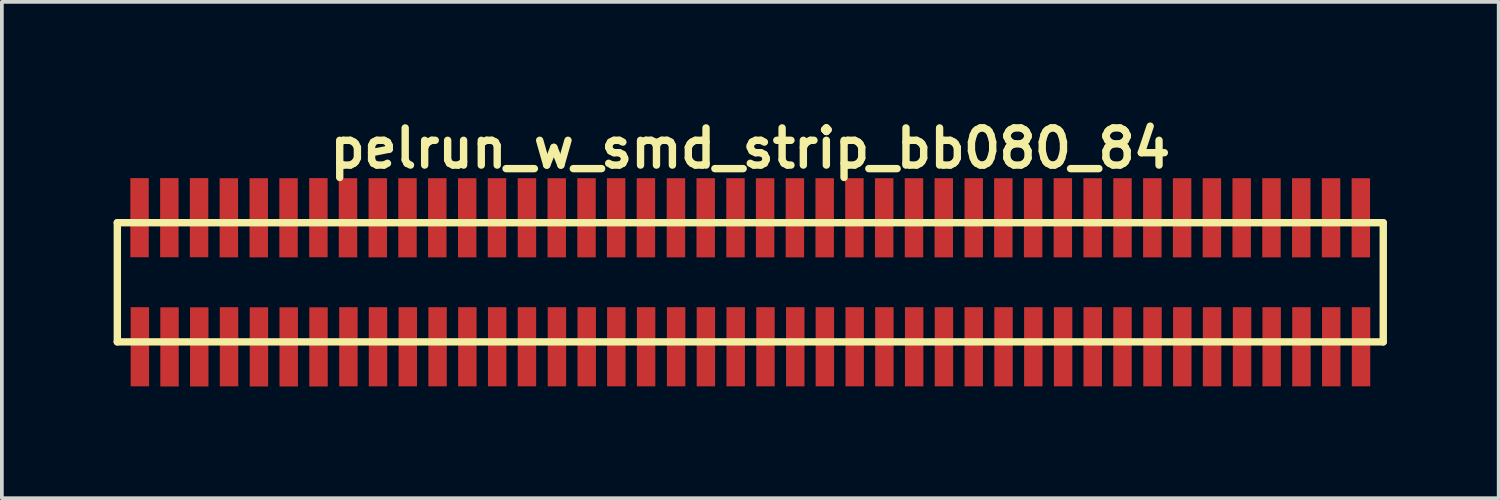
<source format=kicad_pcb>
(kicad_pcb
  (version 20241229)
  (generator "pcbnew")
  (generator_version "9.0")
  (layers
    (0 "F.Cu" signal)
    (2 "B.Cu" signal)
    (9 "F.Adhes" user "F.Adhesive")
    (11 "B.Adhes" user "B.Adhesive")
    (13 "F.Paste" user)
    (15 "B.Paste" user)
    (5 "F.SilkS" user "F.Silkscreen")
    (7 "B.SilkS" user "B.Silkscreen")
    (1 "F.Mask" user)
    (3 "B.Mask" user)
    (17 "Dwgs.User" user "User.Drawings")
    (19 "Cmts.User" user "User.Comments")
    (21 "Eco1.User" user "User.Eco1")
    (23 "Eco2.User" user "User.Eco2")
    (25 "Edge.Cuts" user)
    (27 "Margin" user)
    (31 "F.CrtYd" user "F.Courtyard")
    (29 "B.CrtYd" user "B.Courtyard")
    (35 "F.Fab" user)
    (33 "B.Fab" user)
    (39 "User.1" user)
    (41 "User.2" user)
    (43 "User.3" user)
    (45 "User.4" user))
  (footprint "pelrun_w_smd_strip_bb080_84"
    (layer "F.Cu")
    (at 17.099 4.531)
    (property "Reference" "pelrun_w_smd_strip_bb080_84" (at 0 -3.599 0) (layer "F.SilkS") (effects (font (size 0.998 0.998) (thickness 0.198))))
    (attr through_hole)
    (fp_line (start -17 -1.6) (end 17 -1.6) (stroke (width 0.198) (type solid)) (layer "F.SilkS"))
    (fp_line (start -16.998 -1.6) (end -16.998 1.6) (stroke (width 0.198) (type solid)) (layer "F.SilkS"))
    (fp_line (start 17 1.6) (end -17 1.6) (stroke (width 0.198) (type solid)) (layer "F.SilkS"))
    (fp_line (start 17 1.6) (end 17 -1.6) (stroke (width 0.198) (type solid)) (layer "F.SilkS"))
    (pad "1" smd rect (at -16.393 1.732) (size 0.495 2.126) (layers "F.Cu" "F.Mask" "F.Paste"))
    (pad "2" smd rect (at -16.401 -1.735) (size 0.495 2.126) (layers "F.Cu" "F.Mask" "F.Paste"))
    (pad "3" smd rect (at -15.596 1.735) (size 0.495 2.126) (layers "F.Cu" "F.Mask" "F.Paste"))
    (pad "4" smd rect (at -15.601 -1.735) (size 0.495 2.126) (layers "F.Cu" "F.Mask" "F.Paste"))
    (pad "5" smd rect (at -14.798 1.735) (size 0.495 2.126) (layers "F.Cu" "F.Mask" "F.Paste"))
    (pad "6" smd rect (at -14.803 -1.735) (size 0.495 2.126) (layers "F.Cu" "F.Mask" "F.Paste"))
    (pad "7" smd rect (at -13.998 1.732) (size 0.495 2.126) (layers "F.Cu" "F.Mask" "F.Paste"))
    (pad "8" smd rect (at -14.003 -1.732) (size 0.495 2.126) (layers "F.Cu" "F.Mask" "F.Paste"))
    (pad "9" smd rect (at -13.195 1.735) (size 0.495 2.126) (layers "F.Cu" "F.Mask" "F.Paste"))
    (pad "10" smd rect (at -13.2 -1.732) (size 0.495 2.126) (layers "F.Cu" "F.Mask" "F.Paste"))
    (pad "11" smd rect (at -12.395 1.735) (size 0.495 2.126) (layers "F.Cu" "F.Mask" "F.Paste"))
    (pad "12" smd rect (at -12.4 -1.732) (size 0.495 2.126) (layers "F.Cu" "F.Mask" "F.Paste"))
    (pad "13" smd rect (at -11.595 1.735) (size 0.495 2.126) (layers "F.Cu" "F.Mask" "F.Paste"))
    (pad "14" smd rect (at -11.598 -1.735) (size 0.495 2.126) (layers "F.Cu" "F.Mask" "F.Paste"))
    (pad "15" smd rect (at -10.792 1.732) (size 0.495 2.126) (layers "F.Cu" "F.Mask" "F.Paste"))
    (pad "16" smd rect (at -10.803 -1.732) (size 0.495 2.126) (layers "F.Cu" "F.Mask" "F.Paste"))
    (pad "17" smd rect (at -9.997 1.732) (size 0.495 2.126) (layers "F.Cu" "F.Mask" "F.Paste"))
    (pad "18" smd rect (at -10.003 -1.732) (size 0.495 2.126) (layers "F.Cu" "F.Mask" "F.Paste"))
    (pad "19" smd rect (at -9.197 1.732) (size 0.495 2.126) (layers "F.Cu" "F.Mask" "F.Paste"))
    (pad "20" smd rect (at -9.205 -1.732) (size 0.495 2.126) (layers "F.Cu" "F.Mask" "F.Paste"))
    (pad "21" smd rect (at -8.397 1.732) (size 0.495 2.126) (layers "F.Cu" "F.Mask" "F.Paste"))
    (pad "22" smd rect (at -8.405 -1.732) (size 0.495 2.126) (layers "F.Cu" "F.Mask" "F.Paste"))
    (pad "23" smd rect (at -7.597 1.732) (size 0.495 2.126) (layers "F.Cu" "F.Mask" "F.Paste"))
    (pad "24" smd rect (at -7.602 -1.732) (size 0.495 2.126) (layers "F.Cu" "F.Mask" "F.Paste"))
    (pad "25" smd rect (at -6.797 1.732) (size 0.495 2.126) (layers "F.Cu" "F.Mask" "F.Paste"))
    (pad "26" smd rect (at -6.802 -1.732) (size 0.495 2.126) (layers "F.Cu" "F.Mask" "F.Paste"))
    (pad "27" smd rect (at -5.997 1.732) (size 0.495 2.126) (layers "F.Cu" "F.Mask" "F.Paste"))
    (pad "28" smd rect (at -5.997 -1.732) (size 0.495 2.126) (layers "F.Cu" "F.Mask" "F.Paste"))
    (pad "29" smd rect (at -5.192 1.732) (size 0.495 2.126) (layers "F.Cu" "F.Mask" "F.Paste"))
    (pad "30" smd rect (at -5.197 -1.732) (size 0.495 2.126) (layers "F.Cu" "F.Mask" "F.Paste"))
    (pad "31" smd rect (at -4.392 1.732) (size 0.495 2.126) (layers "F.Cu" "F.Mask" "F.Paste"))
    (pad "32" smd rect (at -4.397 -1.732) (size 0.495 2.126) (layers "F.Cu" "F.Mask" "F.Paste"))
    (pad "33" smd rect (at -3.597 1.732) (size 0.495 2.126) (layers "F.Cu" "F.Mask" "F.Paste"))
    (pad "34" smd rect (at -3.602 -1.732) (size 0.495 2.126) (layers "F.Cu" "F.Mask" "F.Paste"))
    (pad "35" smd rect (at -2.797 1.732) (size 0.495 2.126) (layers "F.Cu" "F.Mask" "F.Paste"))
    (pad "36" smd rect (at -2.802 -1.732) (size 0.495 2.126) (layers "F.Cu" "F.Mask" "F.Paste"))
    (pad "37" smd rect (at -1.991 1.732) (size 0.495 2.126) (layers "F.Cu" "F.Mask" "F.Paste"))
    (pad "38" smd rect (at -1.996 -1.732) (size 0.495 2.126) (layers "F.Cu" "F.Mask" "F.Paste"))
    (pad "39" smd rect (at -1.191 1.732) (size 0.495 2.126) (layers "F.Cu" "F.Mask" "F.Paste"))
    (pad "40" smd rect (at -1.196 -1.732) (size 0.495 2.126) (layers "F.Cu" "F.Mask" "F.Paste"))
    (pad "41" smd rect (at -0.391 1.732) (size 0.495 2.126) (layers "F.Cu" "F.Mask" "F.Paste"))
    (pad "42" smd rect (at -0.396 -1.732) (size 0.495 2.126) (layers "F.Cu" "F.Mask" "F.Paste"))
    (pad "43" smd rect (at 0.409 1.732) (size 0.495 2.126) (layers "F.Cu" "F.Mask" "F.Paste"))
    (pad "44" smd rect (at 0.399 -1.732) (size 0.495 2.126) (layers "F.Cu" "F.Mask" "F.Paste"))
    (pad "45" smd rect (at 1.209 1.732) (size 0.495 2.126) (layers "F.Cu" "F.Mask" "F.Paste"))
    (pad "46" smd rect (at 1.199 -1.732) (size 0.495 2.126) (layers "F.Cu" "F.Mask" "F.Paste"))
    (pad "47" smd rect (at 2.004 1.732) (size 0.495 2.126) (layers "F.Cu" "F.Mask" "F.Paste"))
    (pad "48" smd rect (at 1.999 -1.732) (size 0.495 2.126) (layers "F.Cu" "F.Mask" "F.Paste"))
    (pad "49" smd rect (at 2.804 1.732) (size 0.495 2.126) (layers "F.Cu" "F.Mask" "F.Paste"))
    (pad "50" smd rect (at 2.797 -1.732) (size 0.495 2.126) (layers "F.Cu" "F.Mask" "F.Paste"))
    (pad "51" smd rect (at 3.602 1.732) (size 0.495 2.126) (layers "F.Cu" "F.Mask" "F.Paste"))
    (pad "52" smd rect (at 3.597 -1.732) (size 0.495 2.126) (layers "F.Cu" "F.Mask" "F.Paste"))
    (pad "53" smd rect (at 4.402 1.732) (size 0.495 2.126) (layers "F.Cu" "F.Mask" "F.Paste"))
    (pad "54" smd rect (at 4.397 -1.732) (size 0.495 2.126) (layers "F.Cu" "F.Mask" "F.Paste"))
    (pad "55" smd rect (at 5.202 1.732) (size 0.495 2.126) (layers "F.Cu" "F.Mask" "F.Paste"))
    (pad "56" smd rect (at 5.197 -1.732) (size 0.495 2.126) (layers "F.Cu" "F.Mask" "F.Paste"))
    (pad "57" smd rect (at 6.002 1.732) (size 0.495 2.126) (layers "F.Cu" "F.Mask" "F.Paste"))
    (pad "58" smd rect (at 6.002 -1.732) (size 0.495 2.126) (layers "F.Cu" "F.Mask" "F.Paste"))
    (pad "59" smd rect (at 6.802 1.732) (size 0.495 2.126) (layers "F.Cu" "F.Mask" "F.Paste"))
    (pad "60" smd rect (at 6.797 -1.732) (size 0.495 2.126) (layers "F.Cu" "F.Mask" "F.Paste"))
    (pad "61" smd rect (at 7.602 1.732) (size 0.495 2.126) (layers "F.Cu" "F.Mask" "F.Paste"))
    (pad "62" smd rect (at 7.597 -1.732) (size 0.495 2.126) (layers "F.Cu" "F.Mask" "F.Paste"))
    (pad "63" smd rect (at 8.402 1.732) (size 0.495 2.126) (layers "F.Cu" "F.Mask" "F.Paste"))
    (pad "64" smd rect (at 8.395 -1.732) (size 0.495 2.126) (layers "F.Cu" "F.Mask" "F.Paste"))
    (pad "65" smd rect (at 9.197 1.732) (size 0.495 2.126) (layers "F.Cu" "F.Mask" "F.Paste"))
    (pad "66" smd rect (at 9.195 -1.732) (size 0.495 2.126) (layers "F.Cu" "F.Mask" "F.Paste"))
    (pad "67" smd rect (at 9.997 1.732) (size 0.495 2.126) (layers "F.Cu" "F.Mask" "F.Paste"))
    (pad "68" smd rect (at 9.997 -1.732) (size 0.495 2.126) (layers "F.Cu" "F.Mask" "F.Paste"))
    (pad "69" smd rect (at 10.803 1.732) (size 0.495 2.126) (layers "F.Cu" "F.Mask" "F.Paste"))
    (pad "70" smd rect (at 10.798 -1.732) (size 0.495 2.126) (layers "F.Cu" "F.Mask" "F.Paste"))
    (pad "71" smd rect (at 11.603 1.732) (size 0.495 2.126) (layers "F.Cu" "F.Mask" "F.Paste"))
    (pad "72" smd rect (at 11.598 -1.732) (size 0.495 2.126) (layers "F.Cu" "F.Mask" "F.Paste"))
    (pad "73" smd rect (at 12.403 1.732) (size 0.495 2.126) (layers "F.Cu" "F.Mask" "F.Paste"))
    (pad "74" smd rect (at 12.398 -1.732) (size 0.495 2.126) (layers "F.Cu" "F.Mask" "F.Paste"))
    (pad "75" smd rect (at 13.208 1.732) (size 0.495 2.126) (layers "F.Cu" "F.Mask" "F.Paste"))
    (pad "76" smd rect (at 13.198 -1.732) (size 0.495 2.126) (layers "F.Cu" "F.Mask" "F.Paste"))
    (pad "77" smd rect (at 14.003 1.732) (size 0.495 2.126) (layers "F.Cu" "F.Mask" "F.Paste"))
    (pad "78" smd rect (at 13.998 -1.732) (size 0.495 2.126) (layers "F.Cu" "F.Mask" "F.Paste"))
    (pad "79" smd rect (at 14.803 1.732) (size 0.495 2.126) (layers "F.Cu" "F.Mask" "F.Paste"))
    (pad "80" smd rect (at 14.798 -1.732) (size 0.495 2.126) (layers "F.Cu" "F.Mask" "F.Paste"))
    (pad "81" smd rect (at 15.603 1.732) (size 0.495 2.126) (layers "F.Cu" "F.Mask" "F.Paste"))
    (pad "82" smd rect (at 15.598 -1.732) (size 0.495 2.126) (layers "F.Cu" "F.Mask" "F.Paste"))
    (pad "83" smd rect (at 16.403 1.732) (size 0.495 2.126) (layers "F.Cu" "F.Mask" "F.Paste"))
    (pad "84" smd rect (at 16.398 -1.732) (size 0.495 2.126) (layers "F.Cu" "F.Mask" "F.Paste")))
  (gr_rect
    (start -3 -3)
    (end 37.199 10.329)
    (stroke (width 0.1) (type default))
    (fill no)
    (layer "Edge.Cuts")))
</source>
